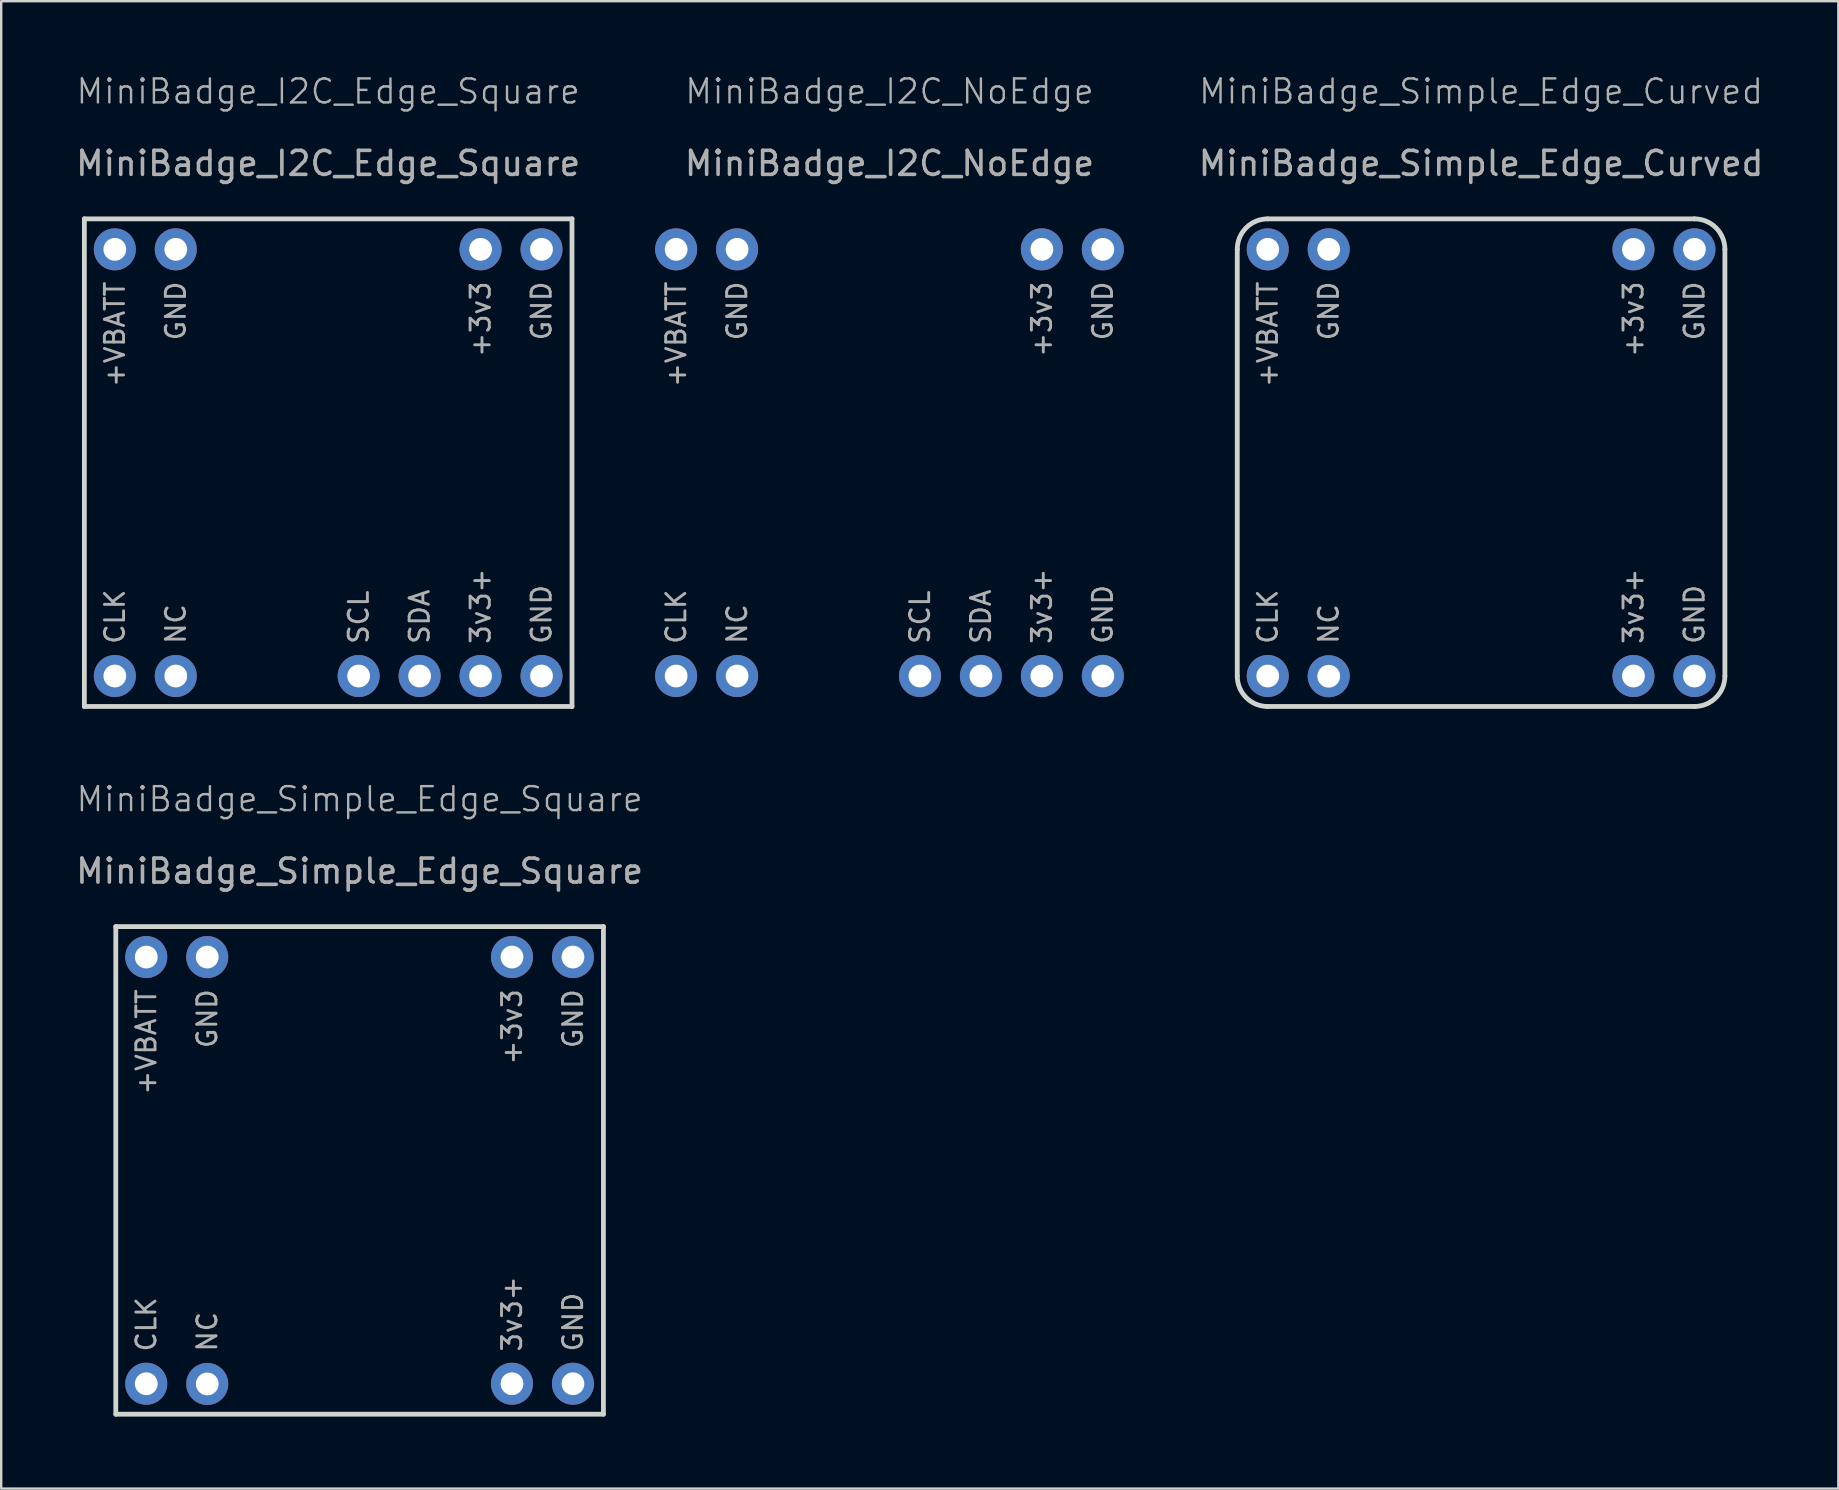
<source format=kicad_pcb>
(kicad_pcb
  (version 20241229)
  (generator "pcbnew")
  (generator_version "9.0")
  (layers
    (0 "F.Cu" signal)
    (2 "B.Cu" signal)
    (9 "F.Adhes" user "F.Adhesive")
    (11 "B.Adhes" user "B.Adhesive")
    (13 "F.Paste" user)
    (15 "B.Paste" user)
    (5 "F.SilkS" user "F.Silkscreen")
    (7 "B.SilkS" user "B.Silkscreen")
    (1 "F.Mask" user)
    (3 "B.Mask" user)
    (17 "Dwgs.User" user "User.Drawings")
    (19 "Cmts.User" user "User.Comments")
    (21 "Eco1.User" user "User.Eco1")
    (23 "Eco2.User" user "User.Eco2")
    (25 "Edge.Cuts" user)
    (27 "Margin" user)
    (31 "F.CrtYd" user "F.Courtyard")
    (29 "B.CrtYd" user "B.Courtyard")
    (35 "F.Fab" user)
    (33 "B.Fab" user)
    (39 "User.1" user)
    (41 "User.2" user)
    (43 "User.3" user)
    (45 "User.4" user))
  (footprint "MiniBadge_I2C_Edge_Square"
    (layer "F.Cu")
    (at 10.625 16.23)
    (property "Reference" "MiniBadge_I2C_Edge_Square" (at 0 -15.47 0) (unlocked yes) (layer "F.Fab") (effects (font (size 1 1) (thickness 0.1))))
    (attr through_hole allow_missing_courtyard)
    (fp_line (start -10.16 -10.16) (end 10.16 -10.16) (stroke (width 0.2) (type solid)) (layer "Edge.Cuts"))
    (fp_line (start -10.16 10.16) (end -10.16 -10.16) (stroke (width 0.2) (type solid)) (layer "Edge.Cuts"))
    (fp_line (start 10.16 -10.16) (end 10.16 10.16) (stroke (width 0.2) (type solid)) (layer "Edge.Cuts"))
    (fp_line (start 10.16 10.16) (end -10.16 10.16) (stroke (width 0.2) (type solid)) (layer "Edge.Cuts"))
    (fp_text user "GND" (at 8.89 -7.62 90) (unlocked yes) (layer "F.Fab") (effects (font (size 0.8 0.8) (thickness 0.12)) (justify right)))
    (fp_text user "SCL" (at 1.27 7.62 90) (unlocked yes) (layer "F.Fab") (effects (font (size 0.8 0.8) (thickness 0.12)) (justify left)))
    (fp_text user "SDA" (at 3.81 7.62 90) (unlocked yes) (layer "F.Fab") (effects (font (size 0.8 0.8) (thickness 0.12)) (justify left)))
    (fp_text user "3v3+" (at 6.35 7.62 90) (unlocked yes) (layer "F.Fab") (effects (font (size 0.8 0.8) (thickness 0.12)) (justify left)))
    (fp_text user "${REFERENCE}" (at 0 -12.47 0) (unlocked yes) (layer "F.Fab") (effects (font (size 1 1) (thickness 0.15))))
    (fp_text user "NC" (at -6.35 7.62 90) (unlocked yes) (layer "F.Fab") (effects (font (size 0.8 0.8) (thickness 0.12)) (justify left)))
    (fp_text user "+3v3" (at 6.35 -7.62 90) (unlocked yes) (layer "F.Fab") (effects (font (size 0.8 0.8) (thickness 0.12)) (justify right)))
    (fp_text user "GND" (at 8.89 7.62 90) (unlocked yes) (layer "F.Fab") (effects (font (size 0.8 0.8) (thickness 0.12)) (justify left)))
    (fp_text user "+VBATT" (at -8.89 -7.62 90) (unlocked yes) (layer "F.Fab") (effects (font (size 0.8 0.8) (thickness 0.12)) (justify right)))
    (fp_text user "GND" (at -6.35 -7.62 90) (unlocked yes) (layer "F.Fab") (effects (font (size 0.8 0.8) (thickness 0.12)) (justify right)))
    (fp_text user "CLK" (at -8.89 7.62 90) (unlocked yes) (layer "F.Fab") (effects (font (size 0.8 0.8) (thickness 0.12)) (justify left)))
    (pad "1" thru_hole circle (at -8.89 -8.89) (size 1.75 1.75) (drill 0.95) (layers "*.Cu" "*.Mask"))
    (pad "2" thru_hole circle (at -6.35 -8.89) (size 1.75 1.75) (drill 0.95) (layers "*.Cu" "*.Mask"))
    (pad "7" thru_hole circle (at 6.35 -8.89) (size 1.75 1.75) (drill 0.95) (layers "*.Cu" "*.Mask"))
    (pad "8" thru_hole circle (at 8.89 -8.89) (size 1.75 1.75) (drill 0.95) (layers "*.Cu" "*.Mask"))
    (pad "9" thru_hole circle (at -8.89 8.89) (size 1.75 1.75) (drill 0.95) (layers "*.Cu" "*.Mask"))
    (pad "10" thru_hole circle (at -6.35 8.89) (size 1.75 1.75) (drill 0.95) (layers "*.Cu" "*.Mask"))
    (pad "13" thru_hole circle (at 1.27 8.89) (size 1.75 1.75) (drill 0.95) (layers "*.Cu" "*.Mask"))
    (pad "14" thru_hole circle (at 3.81 8.89) (size 1.75 1.75) (drill 0.95) (layers "*.Cu" "*.Mask"))
    (pad "15" thru_hole circle (at 6.35 8.89) (size 1.75 1.75) (drill 0.95) (layers "*.Cu" "*.Mask"))
    (pad "16" thru_hole circle (at 8.89 8.89) (size 1.75 1.75) (drill 0.95) (layers "*.Cu" "*.Mask")))
  (footprint "MiniBadge_Simple_Edge_Curved"
    (layer "F.Cu")
    (at 58.667 16.23)
    (property "Reference" "MiniBadge_Simple_Edge_Curved" (at 0 -15.47 0) (unlocked yes) (layer "F.Fab") (effects (font (size 1 1) (thickness 0.1))))
    (attr through_hole allow_missing_courtyard)
    (fp_line (start -10.16 8.89) (end -10.16 -8.89) (stroke (width 0.2) (type solid)) (layer "Edge.Cuts"))
    (fp_line (start -8.89 -10.16) (end 8.89 -10.16) (stroke (width 0.2) (type solid)) (layer "Edge.Cuts"))
    (fp_line (start -8.89 10.16) (end 8.89 10.16) (stroke (width 0.2) (type solid)) (layer "Edge.Cuts"))
    (fp_line (start 10.16 8.89) (end 10.16 -8.89) (stroke (width 0.2) (type solid)) (layer "Edge.Cuts"))
    (fp_arc (start -10.16 -8.89) (mid -9.788026 -9.788026) (end -8.89 -10.16) (stroke (width 0.2) (type solid)) (layer "Edge.Cuts"))
    (fp_arc (start -8.89 10.16) (mid -9.788026 9.788026) (end -10.16 8.89) (stroke (width 0.2) (type solid)) (layer "Edge.Cuts"))
    (fp_arc (start 8.889999 -10.159999) (mid 9.788025 -9.788025) (end 10.159999 -8.889999) (stroke (width 0.2) (type solid)) (layer "Edge.Cuts"))
    (fp_arc (start 10.159999 8.889999) (mid 9.788025 9.788025) (end 8.889999 10.159999) (stroke (width 0.2) (type solid)) (layer "Edge.Cuts"))
    (fp_text user "NC" (at -6.35 7.62 90) (unlocked yes) (layer "F.Fab") (effects (font (size 0.8 0.8) (thickness 0.12)) (justify left)))
    (fp_text user "GND" (at 8.89 -7.62 90) (unlocked yes) (layer "F.Fab") (effects (font (size 0.8 0.8) (thickness 0.12)) (justify right)))
    (fp_text user "3v3+" (at 6.35 7.62 90) (unlocked yes) (layer "F.Fab") (effects (font (size 0.8 0.8) (thickness 0.12)) (justify left)))
    (fp_text user "${REFERENCE}" (at 0 -12.47 0) (unlocked yes) (layer "F.Fab") (effects (font (size 1 1) (thickness 0.15))))
    (fp_text user "+3v3" (at 6.35 -7.62 90) (unlocked yes) (layer "F.Fab") (effects (font (size 0.8 0.8) (thickness 0.12)) (justify right)))
    (fp_text user "GND" (at -6.35 -7.62 90) (unlocked yes) (layer "F.Fab") (effects (font (size 0.8 0.8) (thickness 0.12)) (justify right)))
    (fp_text user "CLK" (at -8.89 7.62 90) (unlocked yes) (layer "F.Fab") (effects (font (size 0.8 0.8) (thickness 0.12)) (justify left)))
    (fp_text user "+VBATT" (at -8.89 -7.62 90) (unlocked yes) (layer "F.Fab") (effects (font (size 0.8 0.8) (thickness 0.12)) (justify right)))
    (fp_text user "GND" (at 8.89 7.62 90) (unlocked yes) (layer "F.Fab") (effects (font (size 0.8 0.8) (thickness 0.12)) (justify left)))
    (pad "1" thru_hole circle (at -8.89 -8.89) (size 1.75 1.75) (drill 0.95) (layers "*.Cu" "*.Mask"))
    (pad "2" thru_hole circle (at -6.35 -8.89) (size 1.75 1.75) (drill 0.95) (layers "*.Cu" "*.Mask"))
    (pad "7" thru_hole circle (at 6.35 -8.89) (size 1.75 1.75) (drill 0.95) (layers "*.Cu" "*.Mask"))
    (pad "8" thru_hole circle (at 8.89 -8.89) (size 1.75 1.75) (drill 0.95) (layers "*.Cu" "*.Mask"))
    (pad "9" thru_hole circle (at -8.89 8.89) (size 1.75 1.75) (drill 0.95) (layers "*.Cu" "*.Mask"))
    (pad "10" thru_hole circle (at -6.349 8.899) (size 1.75 1.75) (drill 0.95) (layers "*.Cu" "*.Mask"))
    (pad "15" thru_hole circle (at 6.35 8.89) (size 1.75 1.75) (drill 0.95) (layers "*.Cu" "*.Mask"))
    (pad "16" thru_hole circle (at 8.89 8.89) (size 1.75 1.75) (drill 0.95) (layers "*.Cu" "*.Mask")))
  (footprint "MiniBadge_Simple_Edge_Square"
    (layer "F.Cu")
    (at 11.935 45.721)
    (property "Reference" "MiniBadge_Simple_Edge_Square" (at 0 -15.47 0) (unlocked yes) (layer "F.Fab") (effects (font (size 1 1) (thickness 0.1))))
    (attr through_hole allow_missing_courtyard)
    (fp_line (start -10.16 -10.16) (end 10.16 -10.16) (stroke (width 0.2) (type solid)) (layer "Edge.Cuts"))
    (fp_line (start -10.16 10.16) (end -10.16 -10.16) (stroke (width 0.2) (type solid)) (layer "Edge.Cuts"))
    (fp_line (start 10.16 -10.16) (end 10.16 10.16) (stroke (width 0.2) (type solid)) (layer "Edge.Cuts"))
    (fp_line (start 10.16 10.16) (end -10.16 10.16) (stroke (width 0.2) (type solid)) (layer "Edge.Cuts"))
    (fp_text user "CLK" (at -8.89 7.62 90) (unlocked yes) (layer "F.Fab") (effects (font (size 0.8 0.8) (thickness 0.12)) (justify left)))
    (fp_text user "GND" (at 8.89 -7.62 90) (unlocked yes) (layer "F.Fab") (effects (font (size 0.8 0.8) (thickness 0.12)) (justify right)))
    (fp_text user "${REFERENCE}" (at 0 -12.47 0) (unlocked yes) (layer "F.Fab") (effects (font (size 1 1) (thickness 0.15))))
    (fp_text user "GND" (at 8.89 7.62 90) (unlocked yes) (layer "F.Fab") (effects (font (size 0.8 0.8) (thickness 0.12)) (justify left)))
    (fp_text user "GND" (at -6.35 -7.62 90) (unlocked yes) (layer "F.Fab") (effects (font (size 0.8 0.8) (thickness 0.12)) (justify right)))
    (fp_text user "+3v3" (at 6.35 -7.62 90) (unlocked yes) (layer "F.Fab") (effects (font (size 0.8 0.8) (thickness 0.12)) (justify right)))
    (fp_text user "3v3+" (at 6.35 7.62 90) (unlocked yes) (layer "F.Fab") (effects (font (size 0.8 0.8) (thickness 0.12)) (justify left)))
    (fp_text user "NC" (at -6.35 7.62 90) (unlocked yes) (layer "F.Fab") (effects (font (size 0.8 0.8) (thickness 0.12)) (justify left)))
    (fp_text user "+VBATT" (at -8.89 -7.62 90) (unlocked yes) (layer "F.Fab") (effects (font (size 0.8 0.8) (thickness 0.12)) (justify right)))
    (pad "1" thru_hole circle (at -8.89 -8.89) (size 1.75 1.75) (drill 0.95) (layers "*.Cu" "*.Mask"))
    (pad "2" thru_hole circle (at -6.35 -8.89) (size 1.75 1.75) (drill 0.95) (layers "*.Cu" "*.Mask"))
    (pad "7" thru_hole circle (at 6.35 -8.89) (size 1.75 1.75) (drill 0.95) (layers "*.Cu" "*.Mask"))
    (pad "8" thru_hole circle (at 8.89 -8.89) (size 1.75 1.75) (drill 0.95) (layers "*.Cu" "*.Mask"))
    (pad "9" thru_hole circle (at -8.89 8.89) (size 1.75 1.75) (drill 0.95) (layers "*.Cu" "*.Mask"))
    (pad "10" thru_hole circle (at -6.349 8.899) (size 1.75 1.75) (drill 0.95) (layers "*.Cu" "*.Mask"))
    (pad "15" thru_hole circle (at 6.35 8.89) (size 1.75 1.75) (drill 0.95) (layers "*.Cu" "*.Mask"))
    (pad "16" thru_hole circle (at 8.89 8.89) (size 1.75 1.75) (drill 0.95) (layers "*.Cu" "*.Mask")))
  (footprint "MiniBadge_I2C_NoEdge"
    (layer "F.Cu")
    (at 34.015 16.23)
    (property "Reference" "MiniBadge_I2C_NoEdge" (at 0 -15.47 0) (unlocked yes) (layer "F.Fab") (effects (font (size 1 1) (thickness 0.1))))
    (attr through_hole allow_missing_courtyard)
    (fp_text user "GND" (at 8.89 7.62 90) (unlocked yes) (layer "F.Fab") (effects (font (size 0.8 0.8) (thickness 0.12)) (justify left)))
    (fp_text user "+3v3" (at 6.35 -7.62 90) (unlocked yes) (layer "F.Fab") (effects (font (size 0.8 0.8) (thickness 0.12)) (justify right)))
    (fp_text user "3v3+" (at 6.35 7.62 90) (unlocked yes) (layer "F.Fab") (effects (font (size 0.8 0.8) (thickness 0.12)) (justify left)))
    (fp_text user "SCL" (at 1.27 7.62 90) (unlocked yes) (layer "F.Fab") (effects (font (size 0.8 0.8) (thickness 0.12)) (justify left)))
    (fp_text user "CLK" (at -8.89 7.62 90) (unlocked yes) (layer "F.Fab") (effects (font (size 0.8 0.8) (thickness 0.12)) (justify left)))
    (fp_text user "SDA" (at 3.81 7.62 90) (unlocked yes) (layer "F.Fab") (effects (font (size 0.8 0.8) (thickness 0.12)) (justify left)))
    (fp_text user "GND" (at -6.35 -7.62 90) (unlocked yes) (layer "F.Fab") (effects (font (size 0.8 0.8) (thickness 0.12)) (justify right)))
    (fp_text user "NC" (at -6.35 7.62 90) (unlocked yes) (layer "F.Fab") (effects (font (size 0.8 0.8) (thickness 0.12)) (justify left)))
    (fp_text user "${REFERENCE}" (at 0 -12.47 0) (unlocked yes) (layer "F.Fab") (effects (font (size 1 1) (thickness 0.15))))
    (fp_text user "+VBATT" (at -8.89 -7.62 90) (unlocked yes) (layer "F.Fab") (effects (font (size 0.8 0.8) (thickness 0.12)) (justify right)))
    (fp_text user "GND" (at 8.89 -7.62 90) (unlocked yes) (layer "F.Fab") (effects (font (size 0.8 0.8) (thickness 0.12)) (justify right)))
    (pad "1" thru_hole circle (at -8.89 -8.89) (size 1.75 1.75) (drill 0.95) (layers "*.Cu" "*.Mask"))
    (pad "2" thru_hole circle (at -6.35 -8.89) (size 1.75 1.75) (drill 0.95) (layers "*.Cu" "*.Mask"))
    (pad "7" thru_hole circle (at 6.35 -8.89) (size 1.75 1.75) (drill 0.95) (layers "*.Cu" "*.Mask"))
    (pad "8" thru_hole circle (at 8.89 -8.89) (size 1.75 1.75) (drill 0.95) (layers "*.Cu" "*.Mask"))
    (pad "9" thru_hole circle (at -8.89 8.89) (size 1.75 1.75) (drill 0.95) (layers "*.Cu" "*.Mask"))
    (pad "10" thru_hole circle (at -6.35 8.89) (size 1.75 1.75) (drill 0.95) (layers "*.Cu" "*.Mask"))
    (pad "13" thru_hole circle (at 1.27 8.89) (size 1.75 1.75) (drill 0.95) (layers "*.Cu" "*.Mask"))
    (pad "14" thru_hole circle (at 3.81 8.89) (size 1.75 1.75) (drill 0.95) (layers "*.Cu" "*.Mask"))
    (pad "15" thru_hole circle (at 6.35 8.89) (size 1.75 1.75) (drill 0.95) (layers "*.Cu" "*.Mask"))
    (pad "16" thru_hole circle (at 8.89 8.89) (size 1.75 1.75) (drill 0.95) (layers "*.Cu" "*.Mask")))
  (gr_rect
    (start -3 -3)
    (end 73.554 58.981)
    (stroke (width 0.1) (type default))
    (fill no)
    (layer "Edge.Cuts")))
</source>
